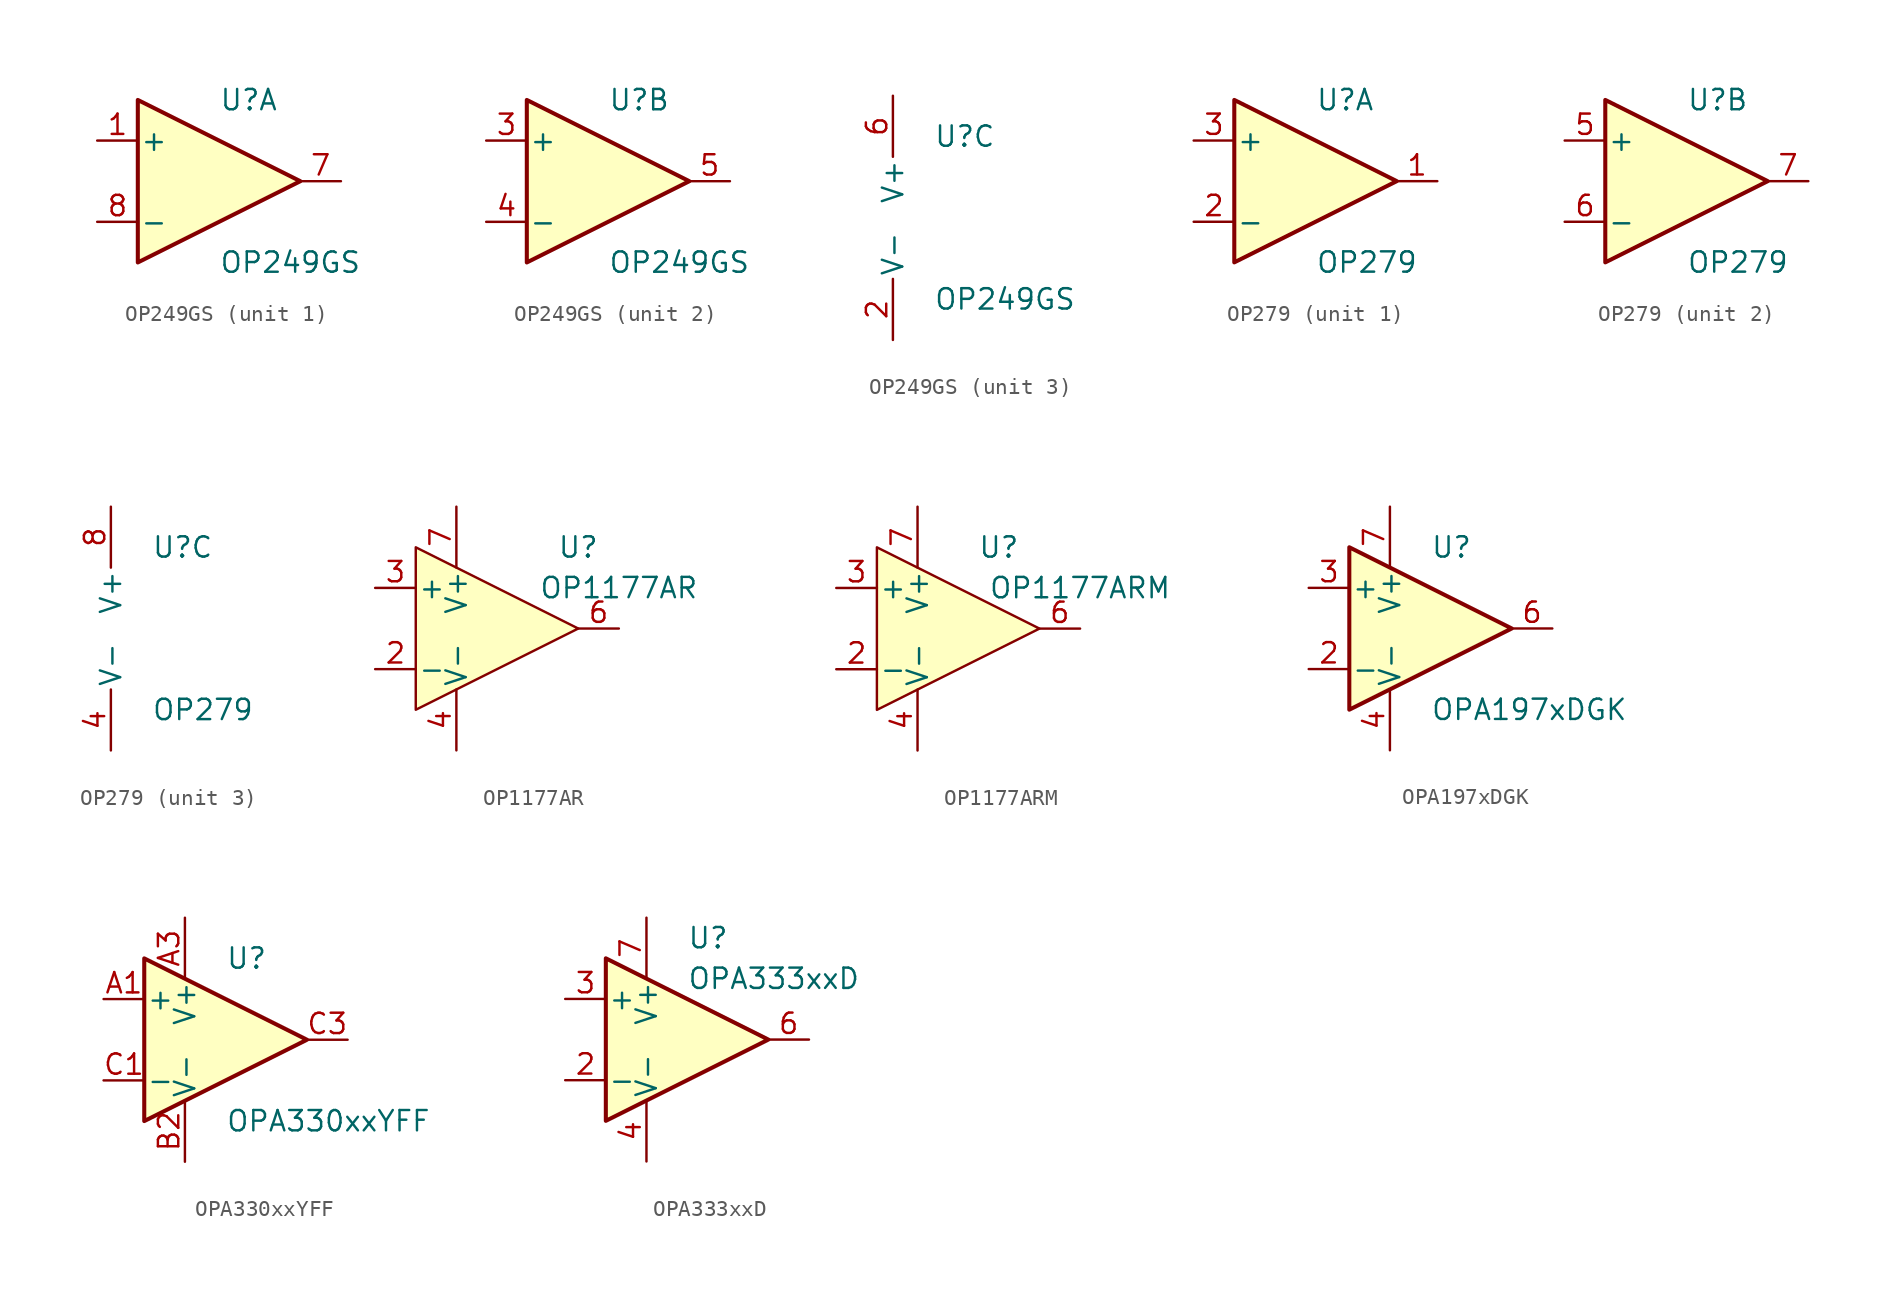
<source format=kicad_sym>
(kicad_symbol_lib
  (version 20201005)
  (generator kicad_symbol_editor)
  (symbol "Amplifier_Operational:OP249GS"
    (pin_names
      (offset 0.127))
    (property "Reference" "U"
      (at 0 5.08 0)
      (effects (font (size 1.27 1.27)) (justify left)))
    (property "Value" "OP249GS"
      (at 0 -5.08 0)
      (effects (font (size 1.27 1.27)) (justify left)))
    (property "ki_locked" ""
      (at 0 0 0)
      (effects (font (size 1.27 1.27))))
    (symbol "OP249GS_1_1"
      (polyline (pts (xy -5.08 5.08) (xy 5.08 0) (xy -5.08 -5.08) (xy -5.08 5.08)) (stroke (width 0.254)) (fill (type background)))
      (pin input line (at -7.62 2.54 0) (length 2.54) (name "+" (effects (font (size 1.27 1.27)))) (number "1" (effects (font (size 1.27 1.27)))))
      (pin output line (at 7.62 0 180) (length 2.54) (name "~" (effects (font (size 1.27 1.27)))) (number "7" (effects (font (size 1.27 1.27)))))
      (pin input line (at -7.62 -2.54 0) (length 2.54) (name "-" (effects (font (size 1.27 1.27)))) (number "8" (effects (font (size 1.27 1.27))))))
    (symbol "OP249GS_2_1"
      (polyline (pts (xy -5.08 5.08) (xy 5.08 0) (xy -5.08 -5.08) (xy -5.08 5.08)) (stroke (width 0.254)) (fill (type background)))
      (pin input line (at -7.62 2.54 0) (length 2.54) (name "+" (effects (font (size 1.27 1.27)))) (number "3" (effects (font (size 1.27 1.27)))))
      (pin input line (at -7.62 -2.54 0) (length 2.54) (name "-" (effects (font (size 1.27 1.27)))) (number "4" (effects (font (size 1.27 1.27)))))
      (pin output line (at 7.62 0 180) (length 2.54) (name "~" (effects (font (size 1.27 1.27)))) (number "5" (effects (font (size 1.27 1.27))))))
    (symbol "OP249GS_3_1"
      (pin power_in line (at -2.54 -7.62 90) (length 3.81) (name "V-" (effects (font (size 1.27 1.27)))) (number "2" (effects (font (size 1.27 1.27)))))
      (pin power_in line (at -2.54 7.62 270) (length 3.81) (name "V+" (effects (font (size 1.27 1.27)))) (number "6" (effects (font (size 1.27 1.27)))))))
  (symbol "Amplifier_Operational:OP279"
    (pin_names
      (offset 0.127))
    (property "Reference" "U"
      (at 0 5.08 0)
      (effects (font (size 1.27 1.27)) (justify left)))
    (property "Value" "OP279"
      (at 0 -5.08 0)
      (effects (font (size 1.27 1.27)) (justify left)))
    (property "ki_locked" ""
      (at 0 0 0)
      (effects (font (size 1.27 1.27))))
    (symbol "OP279_1_1"
      (polyline (pts (xy -5.08 5.08) (xy 5.08 0) (xy -5.08 -5.08) (xy -5.08 5.08)) (stroke (width 0.254)) (fill (type background)))
      (pin output line (at 7.62 0 180) (length 2.54) (name "~" (effects (font (size 1.27 1.27)))) (number "1" (effects (font (size 1.27 1.27)))))
      (pin input line (at -7.62 -2.54 0) (length 2.54) (name "-" (effects (font (size 1.27 1.27)))) (number "2" (effects (font (size 1.27 1.27)))))
      (pin input line (at -7.62 2.54 0) (length 2.54) (name "+" (effects (font (size 1.27 1.27)))) (number "3" (effects (font (size 1.27 1.27))))))
    (symbol "OP279_2_1"
      (polyline (pts (xy -5.08 5.08) (xy 5.08 0) (xy -5.08 -5.08) (xy -5.08 5.08)) (stroke (width 0.254)) (fill (type background)))
      (pin input line (at -7.62 2.54 0) (length 2.54) (name "+" (effects (font (size 1.27 1.27)))) (number "5" (effects (font (size 1.27 1.27)))))
      (pin input line (at -7.62 -2.54 0) (length 2.54) (name "-" (effects (font (size 1.27 1.27)))) (number "6" (effects (font (size 1.27 1.27)))))
      (pin output line (at 7.62 0 180) (length 2.54) (name "~" (effects (font (size 1.27 1.27)))) (number "7" (effects (font (size 1.27 1.27))))))
    (symbol "OP279_3_1"
      (pin power_in line (at -2.54 -7.62 90) (length 3.81) (name "V-" (effects (font (size 1.27 1.27)))) (number "4" (effects (font (size 1.27 1.27)))))
      (pin power_in line (at -2.54 7.62 270) (length 3.81) (name "V+" (effects (font (size 1.27 1.27)))) (number "8" (effects (font (size 1.27 1.27)))))))
  (symbol "Amplifier_Operational:OP1177AR"
    (pin_names
      (offset 0.127))
    (property "Reference" "U"
      (at 5.08 5.08 0)
      (effects (font (size 1.27 1.27))))
    (property "Value" "OP1177AR"
      (at 7.62 2.54 0)
      (effects (font (size 1.27 1.27))))
    (symbol "OP1177AR_0_1"
      (polyline (pts (xy -5.08 5.08) (xy -5.08 -5.08) (xy 5.08 0) (xy -5.08 5.08)) (stroke (width 0)) (fill (type background))))
    (symbol "OP1177AR_1_1"
      (pin no_connect line (at -5.08 0 0) (length 3.81) hide (name "NC" (effects (font (size 1.27 1.27)))) (number "1" (effects (font (size 1.27 1.27)))))
      (pin input line (at -7.62 -2.54 0) (length 2.54) (name "-" (effects (font (size 1.27 1.27)))) (number "2" (effects (font (size 1.27 1.27)))))
      (pin input line (at -7.62 2.54 0) (length 2.54) (name "+" (effects (font (size 1.27 1.27)))) (number "3" (effects (font (size 1.27 1.27)))))
      (pin power_in line (at -2.54 -7.62 90) (length 3.81) (name "V-" (effects (font (size 1.27 1.27)))) (number "4" (effects (font (size 1.27 1.27)))))
      (pin no_connect line (at 0 -2.54 90) (length 3.81) hide (name "NC" (effects (font (size 1.27 1.27)))) (number "5" (effects (font (size 1.27 1.27)))))
      (pin output line (at 7.62 0 180) (length 2.54) (name "~" (effects (font (size 1.27 1.27)))) (number "6" (effects (font (size 1.27 1.27)))))
      (pin power_in line (at -2.54 7.62 270) (length 3.81) (name "V+" (effects (font (size 1.27 1.27)))) (number "7" (effects (font (size 1.27 1.27)))))
      (pin no_connect line (at 0 2.54 270) (length 3.81) hide (name "NC" (effects (font (size 1.27 1.27)))) (number "8" (effects (font (size 1.27 1.27)))))))
  (symbol "Amplifier_Operational:OP1177ARM"
    (pin_names
      (offset 0.127))
    (property "Reference" "U"
      (at 2.54 5.08 0)
      (effects (font (size 1.27 1.27))))
    (property "Value" "OP1177ARM"
      (at 7.62 2.54 0)
      (effects (font (size 1.27 1.27))))
    (symbol "OP1177ARM_0_1"
      (polyline (pts (xy -5.08 5.08) (xy -5.08 -5.08) (xy 5.08 0) (xy -5.08 5.08)) (stroke (width 0)) (fill (type background))))
    (symbol "OP1177ARM_1_1"
      (pin no_connect line (at -5.08 0 0) (length 3.81) hide (name "NC" (effects (font (size 1.27 1.27)))) (number "1" (effects (font (size 1.27 1.27)))))
      (pin input line (at -7.62 -2.54 0) (length 2.54) (name "-" (effects (font (size 1.27 1.27)))) (number "2" (effects (font (size 1.27 1.27)))))
      (pin input line (at -7.62 2.54 0) (length 2.54) (name "+" (effects (font (size 1.27 1.27)))) (number "3" (effects (font (size 1.27 1.27)))))
      (pin power_in line (at -2.54 -7.62 90) (length 3.81) (name "V-" (effects (font (size 1.27 1.27)))) (number "4" (effects (font (size 1.27 1.27)))))
      (pin no_connect line (at 0 -2.54 90) (length 3.81) hide (name "NC" (effects (font (size 1.27 1.27)))) (number "5" (effects (font (size 1.27 1.27)))))
      (pin output line (at 7.62 0 180) (length 2.54) (name "~" (effects (font (size 1.27 1.27)))) (number "6" (effects (font (size 1.27 1.27)))))
      (pin power_in line (at -2.54 7.62 270) (length 3.81) (name "V+" (effects (font (size 1.27 1.27)))) (number "7" (effects (font (size 1.27 1.27)))))
      (pin no_connect line (at 0 2.54 270) (length 3.81) hide (name "NC" (effects (font (size 1.27 1.27)))) (number "8" (effects (font (size 1.27 1.27)))))))
  (symbol "Amplifier_Operational:OPA197xDGK"
    (pin_names
      (offset 0.127))
    (property "Reference" "U"
      (at 0 5.08 0)
      (effects (font (size 1.27 1.27)) (justify left)))
    (property "Value" "OPA197xDGK"
      (at 0 -5.08 0)
      (effects (font (size 1.27 1.27)) (justify left)))
    (symbol "OPA197xDGK_0_1"
      (polyline (pts (xy -5.08 5.08) (xy 5.08 0) (xy -5.08 -5.08) (xy -5.08 5.08)) (stroke (width 0.254)) (fill (type background)))
      (pin no_connect line (at 2.54 0 270) (length 2.54) hide (name "NC" (effects (font (size 1.27 1.27)))) (number "1" (effects (font (size 1.27 1.27)))))
      (pin power_in line (at -2.54 -7.62 90) (length 3.81) (name "V-" (effects (font (size 1.27 1.27)))) (number "4" (effects (font (size 1.27 1.27)))))
      (pin no_connect line (at 0 2.54 270) (length 2.54) hide (name "NC" (effects (font (size 1.27 1.27)))) (number "5" (effects (font (size 1.27 1.27)))))
      (pin power_in line (at -2.54 7.62 270) (length 3.81) (name "V+" (effects (font (size 1.27 1.27)))) (number "7" (effects (font (size 1.27 1.27)))))
      (pin no_connect line (at 0 -2.54 90) (length 2.54) hide (name "NC" (effects (font (size 1.27 1.27)))) (number "8" (effects (font (size 1.27 1.27))))))
    (symbol "OPA197xDGK_1_1"
      (pin input line (at -7.62 -2.54 0) (length 2.54) (name "-" (effects (font (size 1.27 1.27)))) (number "2" (effects (font (size 1.27 1.27)))))
      (pin input line (at -7.62 2.54 0) (length 2.54) (name "+" (effects (font (size 1.27 1.27)))) (number "3" (effects (font (size 1.27 1.27)))))
      (pin output line (at 7.62 0 180) (length 2.54) (name "~" (effects (font (size 1.27 1.27)))) (number "6" (effects (font (size 1.27 1.27)))))))
  (symbol "Amplifier_Operational:OPA330xxYFF"
    (pin_names
      (offset 0.127))
    (property "Reference" "U"
      (at 0 5.08 0)
      (effects (font (size 1.27 1.27)) (justify left)))
    (property "Value" "OPA330xxYFF"
      (at 0 -5.08 0)
      (effects (font (size 1.27 1.27)) (justify left)))
    (symbol "OPA330xxYFF_0_1"
      (polyline (pts (xy -5.08 5.08) (xy 5.08 0) (xy -5.08 -5.08) (xy -5.08 5.08)) (stroke (width 0.254)) (fill (type background)))
      (pin power_in line (at -2.54 7.62 270) (length 3.81) (name "V+" (effects (font (size 1.27 1.27)))) (number "A3" (effects (font (size 1.27 1.27)))))
      (pin power_in line (at -2.54 -7.62 90) (length 3.81) (name "V-" (effects (font (size 1.27 1.27)))) (number "B2" (effects (font (size 1.27 1.27))))))
    (symbol "OPA330xxYFF_1_1"
      (pin input line (at -7.62 2.54 0) (length 2.54) (name "+" (effects (font (size 1.27 1.27)))) (number "A1" (effects (font (size 1.27 1.27)))))
      (pin input line (at -7.62 -2.54 0) (length 2.54) (name "-" (effects (font (size 1.27 1.27)))) (number "C1" (effects (font (size 1.27 1.27)))))
      (pin output line (at 7.62 0 180) (length 2.54) (name "~" (effects (font (size 1.27 1.27)))) (number "C3" (effects (font (size 1.27 1.27)))))))
  (symbol "Amplifier_Operational:OPA333xxD"
    (pin_names
      (offset 0.127))
    (property "Reference" "U"
      (at 0 6.35 0)
      (effects (font (size 1.27 1.27)) (justify left)))
    (property "Value" "OPA333xxD"
      (at 0 3.81 0)
      (effects (font (size 1.27 1.27)) (justify left)))
    (symbol "OPA333xxD_0_1"
      (polyline (pts (xy -5.08 5.08) (xy 5.08 0) (xy -5.08 -5.08) (xy -5.08 5.08)) (stroke (width 0.254)) (fill (type background))))
    (symbol "OPA333xxD_1_1"
      (pin no_connect line (at -2.54 2.54 270) (length 2.54) hide (name "NC" (effects (font (size 1.27 1.27)))) (number "1" (effects (font (size 1.27 1.27)))))
      (pin input line (at -7.62 -2.54 0) (length 2.54) (name "-" (effects (font (size 1.27 1.27)))) (number "2" (effects (font (size 1.27 1.27)))))
      (pin input line (at -7.62 2.54 0) (length 2.54) (name "+" (effects (font (size 1.27 1.27)))) (number "3" (effects (font (size 1.27 1.27)))))
      (pin power_in line (at -2.54 -7.62 90) (length 3.81) (name "V-" (effects (font (size 1.27 1.27)))) (number "4" (effects (font (size 1.27 1.27)))))
      (pin no_connect line (at 0 2.54 270) (length 2.54) hide (name "NC" (effects (font (size 1.27 1.27)))) (number "5" (effects (font (size 1.27 1.27)))))
      (pin output line (at 7.62 0 180) (length 2.54) (name "~" (effects (font (size 1.27 1.27)))) (number "6" (effects (font (size 1.27 1.27)))))
      (pin power_in line (at -2.54 7.62 270) (length 3.81) (name "V+" (effects (font (size 1.27 1.27)))) (number "7" (effects (font (size 1.27 1.27)))))
      (pin no_connect line (at 0 -2.54 90) (length 2.54) hide (name "NC" (effects (font (size 1.27 1.27)))) (number "8" (effects (font (size 1.27 1.27))))))))
</source>
